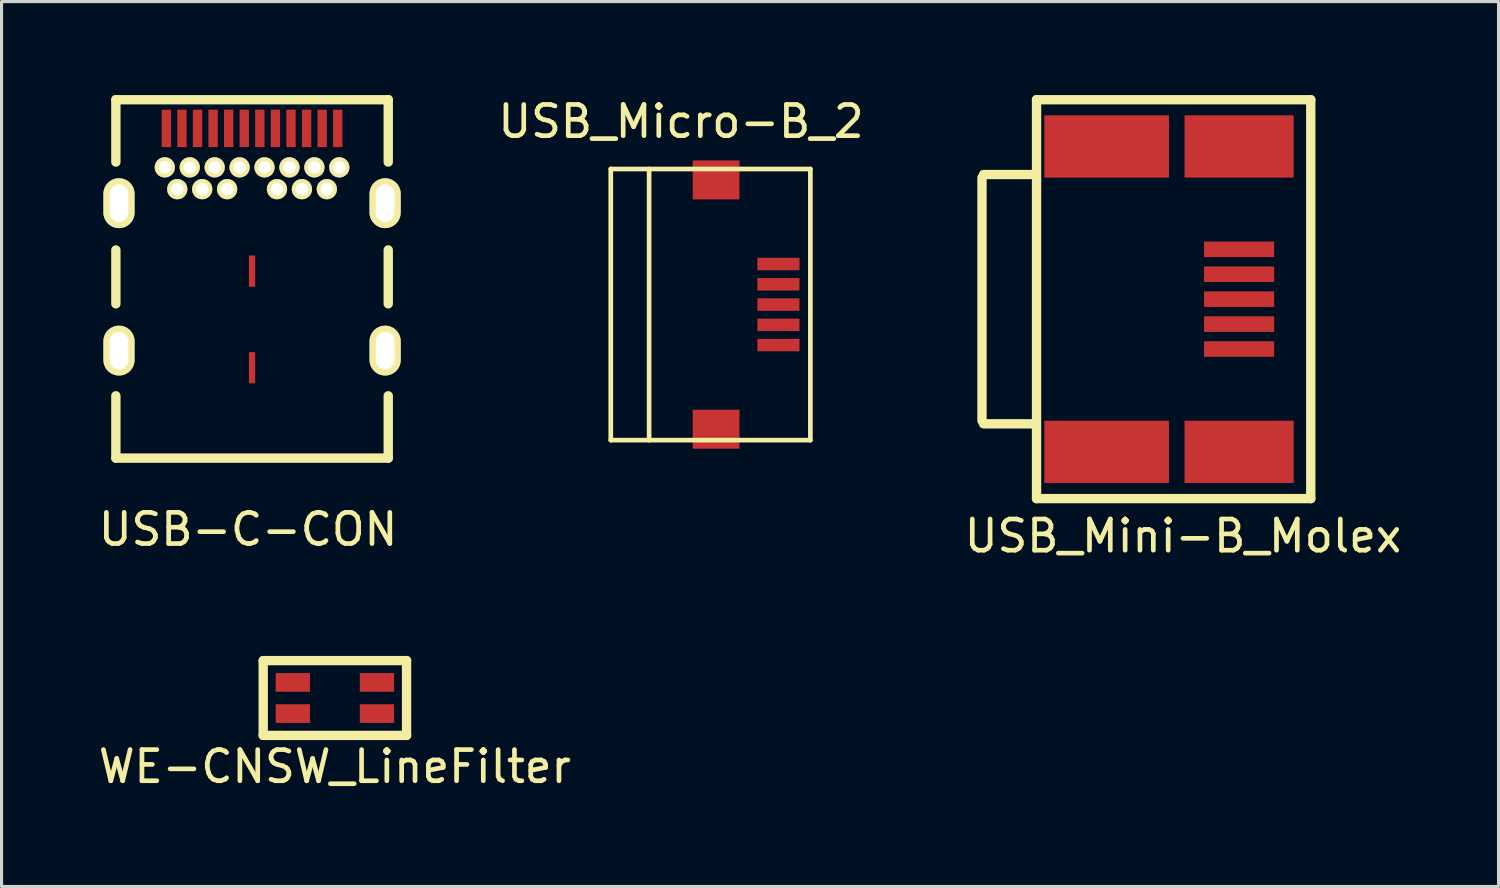
<source format=kicad_pcb>
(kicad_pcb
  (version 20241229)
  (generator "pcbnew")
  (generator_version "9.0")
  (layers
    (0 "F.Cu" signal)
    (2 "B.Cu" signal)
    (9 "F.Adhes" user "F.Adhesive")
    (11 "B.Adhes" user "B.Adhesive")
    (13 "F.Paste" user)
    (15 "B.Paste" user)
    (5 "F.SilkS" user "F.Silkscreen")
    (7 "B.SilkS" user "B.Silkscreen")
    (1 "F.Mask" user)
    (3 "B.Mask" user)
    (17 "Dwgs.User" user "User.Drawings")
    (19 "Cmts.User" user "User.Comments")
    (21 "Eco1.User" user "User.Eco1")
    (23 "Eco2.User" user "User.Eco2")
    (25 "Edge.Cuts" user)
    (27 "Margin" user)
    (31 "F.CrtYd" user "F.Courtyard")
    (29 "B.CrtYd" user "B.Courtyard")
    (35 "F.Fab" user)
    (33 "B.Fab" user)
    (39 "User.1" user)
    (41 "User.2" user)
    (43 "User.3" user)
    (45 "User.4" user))
  (footprint "USB_Micro-B_2"
    (layer "F.Cu")
    (at 21.929 6.723)
    (property "Reference" "USB_Micro-B_2" (at -3.125 -5.875 0) (layer "F.SilkS") (effects (font (size 1 1) (thickness 0.15))))
    (attr through_hole)
    (fp_line (start -5.38 -4.35) (end -5.38 4.35) (stroke (width 0.15) (type solid)) (layer "F.SilkS"))
    (fp_line (start -5.38 -4.35) (end 1.025 -4.35) (stroke (width 0.15) (type solid)) (layer "F.SilkS"))
    (fp_line (start -4.15 4.35) (end -4.15 -4.35) (stroke (width 0.15) (type solid)) (layer "F.SilkS"))
    (fp_line (start 1.025 -4.35) (end 1.025 4.35) (stroke (width 0.15) (type solid)) (layer "F.SilkS"))
    (fp_line (start 1.025 4.35) (end -5.38 4.35) (stroke (width 0.15) (type solid)) (layer "F.SilkS"))
    (pad "1" smd rect (at 0 -1.3) (size 1.35 0.4) (layers "F.Cu" "F.Mask" "F.Paste"))
    (pad "2" smd rect (at 0 -0.65) (size 1.35 0.4) (layers "F.Cu" "F.Mask" "F.Paste"))
    (pad "3" smd rect (at 0 0) (size 1.35 0.4) (layers "F.Cu" "F.Mask" "F.Paste"))
    (pad "4" smd rect (at 0 0.65) (size 1.35 0.4) (layers "F.Cu" "F.Mask" "F.Paste"))
    (pad "5" smd rect (at 0 1.3) (size 1.35 0.4) (layers "F.Cu" "F.Mask" "F.Paste"))
    (pad "6" smd rect (at -2 -4) (size 1.5 1.25) (layers "F.Cu" "F.Mask" "F.Paste"))
    (pad "6" smd rect (at -2 4) (size 1.5 1.25) (layers "F.Cu" "F.Mask" "F.Paste")))
  (footprint "USB-C-CON"
    (layer "F.Cu")
    (at 5.038 11.65)
    (property "Reference" "USB-C-CON" (at -0.127 2.286 0) (layer "F.SilkS") (effects (font (size 1 1) (thickness 0.15))))
    (attr through_hole)
    (fp_line (start -4.37 -11.5) (end 4.37 -11.5) (stroke (width 0.3) (type solid)) (layer "F.SilkS"))
    (fp_line (start -4.37 -9.5) (end -4.37 -11.5) (stroke (width 0.3) (type solid)) (layer "F.SilkS"))
    (fp_line (start -4.37 -6.68) (end -4.37 -4.95) (stroke (width 0.3) (type solid)) (layer "F.SilkS"))
    (fp_line (start -4.37 0) (end -4.37 -2) (stroke (width 0.3) (type solid)) (layer "F.SilkS"))
    (fp_line (start -4.37 0) (end 4.37 0) (stroke (width 0.3) (type solid)) (layer "F.SilkS"))
    (fp_line (start 4.37 -9.5) (end 4.37 -11.5) (stroke (width 0.3) (type solid)) (layer "F.SilkS"))
    (fp_line (start 4.37 -6.68) (end 4.37 -4.95) (stroke (width 0.3) (type solid)) (layer "F.SilkS"))
    (fp_line (start 4.37 0) (end 4.37 -2) (stroke (width 0.3) (type solid)) (layer "F.SilkS"))
    (pad "A1" smd rect (at -2.75 -10.58) (size 0.3 1.2) (layers "F.Cu" "F.Mask" "F.Paste"))
    (pad "A2" smd rect (at -2.25 -10.58) (size 0.3 1.2) (layers "F.Cu" "F.Mask" "F.Paste"))
    (pad "A3" smd rect (at -1.75 -10.58) (size 0.3 1.2) (layers "F.Cu" "F.Mask" "F.Paste"))
    (pad "A4" smd rect (at -1.25 -10.58) (size 0.3 1.2) (layers "F.Cu" "F.Mask" "F.Paste"))
    (pad "A5" smd rect (at -0.75 -10.58) (size 0.3 1.2) (layers "F.Cu" "F.Mask" "F.Paste"))
    (pad "A6" smd rect (at -0.25 -10.58) (size 0.3 1.2) (layers "F.Cu" "F.Mask" "F.Paste"))
    (pad "A7" smd rect (at 0.25 -10.58) (size 0.3 1.2) (layers "F.Cu" "F.Mask" "F.Paste"))
    (pad "A8" smd rect (at 0.75 -10.58) (size 0.3 1.2) (layers "F.Cu" "F.Mask" "F.Paste"))
    (pad "A9" smd rect (at 1.25 -10.58) (size 0.3 1.2) (layers "F.Cu" "F.Mask" "F.Paste"))
    (pad "A10" smd rect (at 1.75 -10.58) (size 0.3 1.2) (layers "F.Cu" "F.Mask" "F.Paste"))
    (pad "A11" smd rect (at 2.25 -10.58) (size 0.3 1.2) (layers "F.Cu" "F.Mask" "F.Paste"))
    (pad "A12" smd rect (at 2.75 -10.58) (size 0.3 1.2) (layers "F.Cu" "F.Mask" "F.Paste"))
    (pad "B1" thru_hole circle (at 2.8 -9.33) (size 0.65 0.65) (drill 0.4) (layers "*.Cu" "*.Mask" "F.SilkS"))
    (pad "B2" thru_hole circle (at 2.4 -8.63) (size 0.65 0.65) (drill 0.4) (layers "*.Cu" "*.Mask" "F.SilkS"))
    (pad "B3" thru_hole circle (at 1.6 -8.63) (size 0.65 0.65) (drill 0.4) (layers "*.Cu" "*.Mask" "F.SilkS"))
    (pad "B4" thru_hole circle (at 1.2 -9.33) (size 0.65 0.65) (drill 0.4) (layers "*.Cu" "*.Mask" "F.SilkS"))
    (pad "B5" thru_hole circle (at 0.8 -8.63) (size 0.65 0.65) (drill 0.4) (layers "*.Cu" "*.Mask" "F.SilkS"))
    (pad "B6" thru_hole circle (at 0.4 -9.33) (size 0.65 0.65) (drill 0.4) (layers "*.Cu" "*.Mask" "F.SilkS"))
    (pad "B7" thru_hole circle (at -0.4 -9.33) (size 0.65 0.65) (drill 0.4) (layers "*.Cu" "*.Mask" "F.SilkS"))
    (pad "B8" thru_hole circle (at -0.8 -8.63) (size 0.65 0.65) (drill 0.4) (layers "*.Cu" "*.Mask" "F.SilkS"))
    (pad "B9" thru_hole circle (at -1.2 -9.33) (size 0.65 0.65) (drill 0.4) (layers "*.Cu" "*.Mask" "F.SilkS"))
    (pad "B10" thru_hole circle (at -1.6 -8.63) (size 0.65 0.65) (drill 0.4) (layers "*.Cu" "*.Mask" "F.SilkS"))
    (pad "B11" thru_hole circle (at -2.4 -8.63) (size 0.65 0.65) (drill 0.4) (layers "*.Cu" "*.Mask" "F.SilkS"))
    (pad "B12" thru_hole circle (at -2.8 -9.33) (size 0.65 0.65) (drill 0.4) (layers "*.Cu" "*.Mask" "F.SilkS"))
    (pad "GNDB" thru_hole circle (at -2 -9.33) (size 0.65 0.65) (drill 0.4) (layers "*.Cu" "*.Mask" "F.SilkS"))
    (pad "GNDB" thru_hole circle (at 2 -9.33) (size 0.65 0.65) (drill 0.4) (layers "*.Cu" "*.Mask" "F.SilkS"))
    (pad "S" thru_hole oval (at -4.27 -8.18) (size 1 1.6) (drill oval 0.6 1.2) (layers "*.Cu" "*.Mask" "F.SilkS"))
    (pad "S" thru_hole oval (at -4.27 -3.45) (size 1 1.6) (drill oval 0.6 1.2) (layers "*.Cu" "*.Mask" "F.SilkS"))
    (pad "S" thru_hole oval (at 4.27 -8.18) (size 1 1.6) (drill oval 0.6 1.2) (layers "*.Cu" "*.Mask" "F.SilkS"))
    (pad "S" thru_hole oval (at 4.27 -3.45) (size 1 1.6) (drill oval 0.6 1.2) (layers "*.Cu" "*.Mask" "F.SilkS"))
    (pad "X" smd rect (at 0 -6) (size 0.2 1) (layers "F.Cu" "F.Mask" "F.Paste"))
    (pad "X" smd rect (at 0 -2.9) (size 0.2 1) (layers "F.Cu" "F.Mask" "F.Paste")))
  (footprint "WE-CNSW_LineFilter"
    (layer "F.Cu")
    (at 7.696 19.348)
    (property "Reference" "WE-CNSW_LineFilter" (at 0 2.2 0) (layer "F.SilkS") (effects (font (size 1 1) (thickness 0.15))))
    (attr through_hole)
    (fp_line (start -2.3 -1.2) (end 2.3 -1.2) (stroke (width 0.3) (type solid)) (layer "F.SilkS"))
    (fp_line (start -2.3 1.2) (end -2.3 -1.2) (stroke (width 0.3) (type solid)) (layer "F.SilkS"))
    (fp_line (start 2.3 -1.2) (end 2.3 1.2) (stroke (width 0.3) (type solid)) (layer "F.SilkS"))
    (fp_line (start 2.3 1.2) (end -2.3 1.2) (stroke (width 0.3) (type solid)) (layer "F.SilkS"))
    (pad "1" smd rect (at -1.35 0.5) (size 1.1 0.6) (layers "F.Cu" "F.Mask" "F.Paste"))
    (pad "2" smd rect (at 1.35 0.5) (size 1.1 0.6) (layers "F.Cu" "F.Mask" "F.Paste"))
    (pad "3" smd rect (at 1.35 -0.5) (size 1.1 0.6) (layers "F.Cu" "F.Mask" "F.Paste"))
    (pad "4" smd rect (at -1.35 -0.5) (size 1.1 0.6) (layers "F.Cu" "F.Mask" "F.Paste")))
  (footprint "USB_Mini-B_Molex"
    (layer "F.Cu")
    (at 36.711 6.55)
    (property "Reference" "USB_Mini-B_Molex" (at -1.8 7.6 0) (layer "F.SilkS") (effects (font (size 1 1) (thickness 0.15))))
    (attr through_hole)
    (fp_line (start -8.25 -3.9) (end -8.25 3.9) (stroke (width 0.3) (type solid)) (layer "F.SilkS"))
    (fp_line (start -6.6 -4) (end -8.2 -4) (stroke (width 0.3) (type solid)) (layer "F.SilkS"))
    (fp_line (start -6.6 4) (end -8.2 4) (stroke (width 0.3) (type solid)) (layer "F.SilkS"))
    (fp_line (start -6.5 -6.4) (end -6.5 6.4) (stroke (width 0.3) (type solid)) (layer "F.SilkS"))
    (fp_line (start -6.5 6.4) (end 2.3 6.4) (stroke (width 0.3) (type solid)) (layer "F.SilkS"))
    (fp_line (start 2.3 -6.4) (end -6.5 -6.4) (stroke (width 0.3) (type solid)) (layer "F.SilkS"))
    (fp_line (start 2.3 6.4) (end 2.3 -6.4) (stroke (width 0.3) (type solid)) (layer "F.SilkS"))
    (pad "1" smd rect (at 0 -1.6) (size 2.25 0.5) (layers "F.Cu" "F.Mask" "F.Paste"))
    (pad "2" smd rect (at 0 -0.8) (size 2.25 0.5) (layers "F.Cu" "F.Mask" "F.Paste"))
    (pad "3" smd rect (at 0 0) (size 2.25 0.5) (layers "F.Cu" "F.Mask" "F.Paste"))
    (pad "4" smd rect (at 0 0.8) (size 2.25 0.5) (layers "F.Cu" "F.Mask" "F.Paste"))
    (pad "5" smd rect (at 0 1.6) (size 2.25 0.5) (layers "F.Cu" "F.Mask" "F.Paste"))
    (pad "6" smd rect (at 0 4.9) (size 3.5 2) (layers "F.Cu" "F.Mask" "F.Paste"))
    (pad "7" smd rect (at -4.25 4.9) (size 4 2) (layers "F.Cu" "F.Mask" "F.Paste"))
    (pad "8" smd rect (at -4.25 -4.9) (size 4 2) (layers "F.Cu" "F.Mask" "F.Paste"))
    (pad "9" smd rect (at 0 -4.9) (size 3.5 2) (layers "F.Cu" "F.Mask" "F.Paste")))
  (gr_rect
    (start -3 -3)
    (end 45.036 25.396)
    (stroke (width 0.1) (type default))
    (fill no)
    (layer "Edge.Cuts")))
</source>
